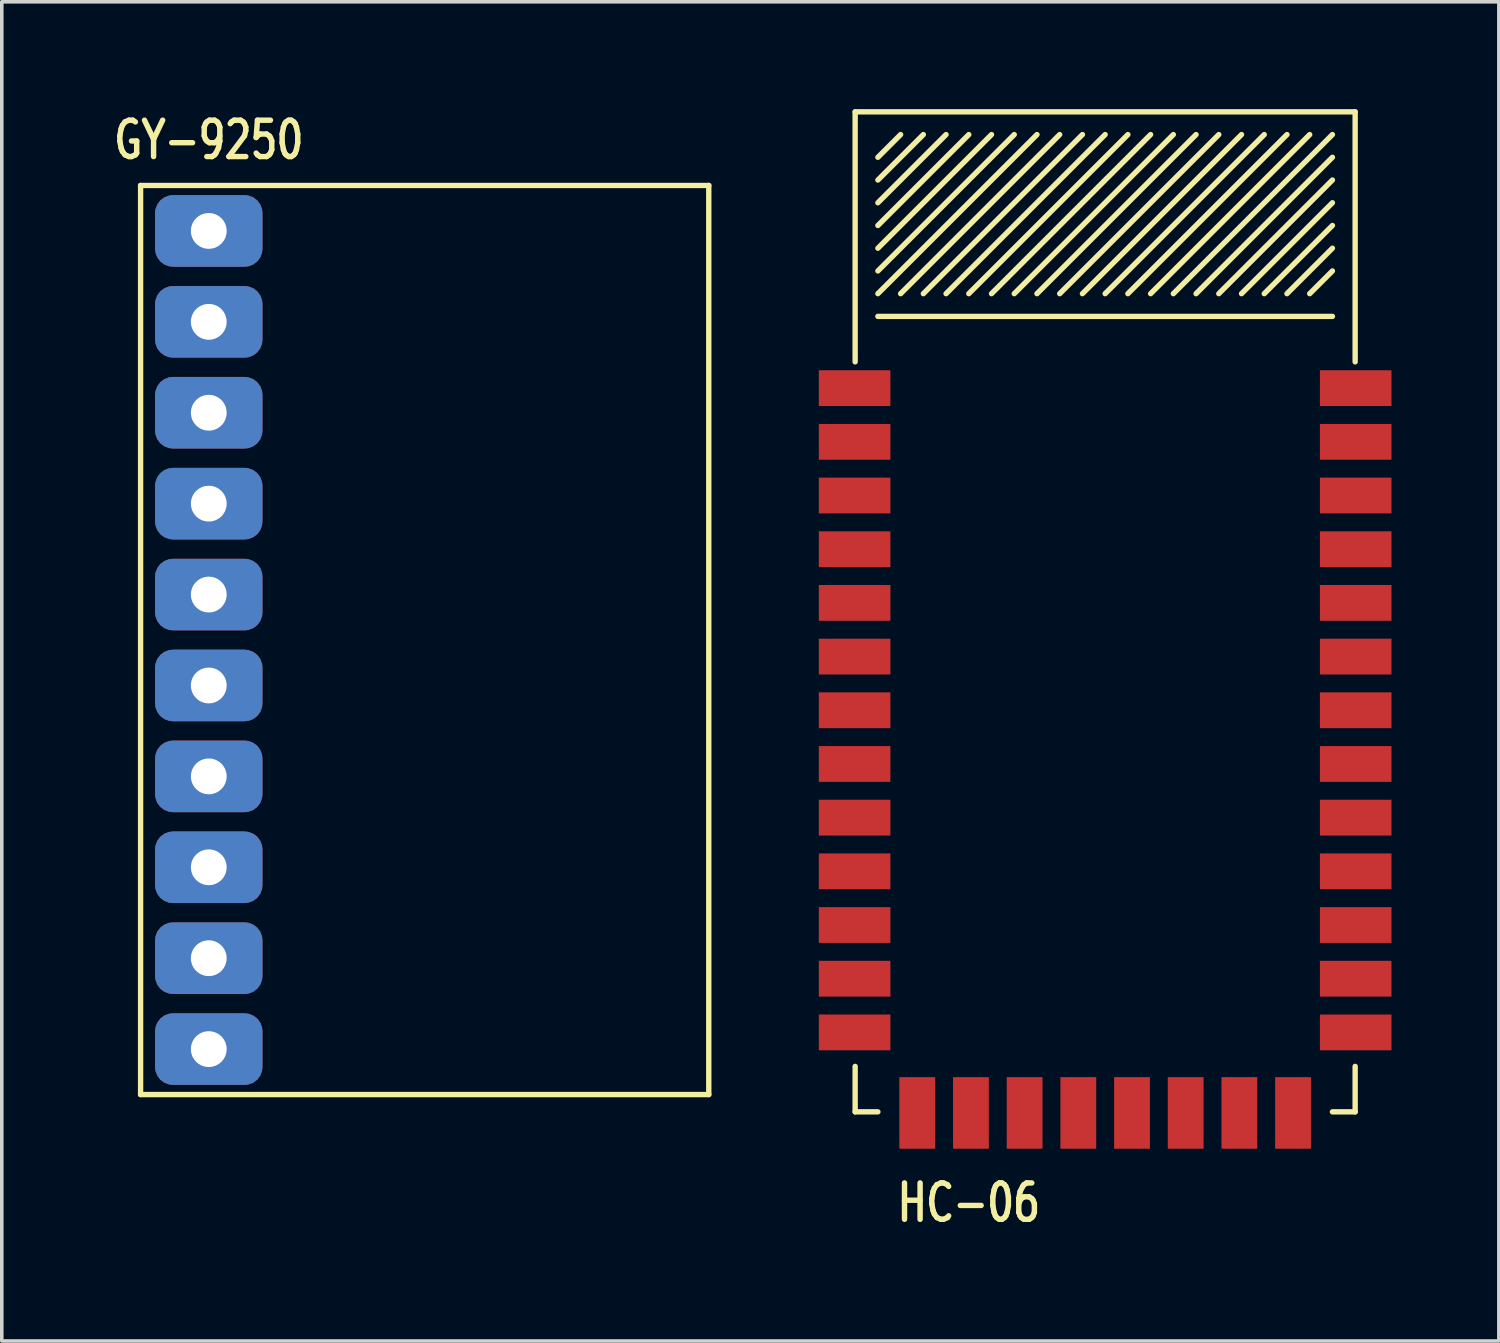
<source format=kicad_pcb>
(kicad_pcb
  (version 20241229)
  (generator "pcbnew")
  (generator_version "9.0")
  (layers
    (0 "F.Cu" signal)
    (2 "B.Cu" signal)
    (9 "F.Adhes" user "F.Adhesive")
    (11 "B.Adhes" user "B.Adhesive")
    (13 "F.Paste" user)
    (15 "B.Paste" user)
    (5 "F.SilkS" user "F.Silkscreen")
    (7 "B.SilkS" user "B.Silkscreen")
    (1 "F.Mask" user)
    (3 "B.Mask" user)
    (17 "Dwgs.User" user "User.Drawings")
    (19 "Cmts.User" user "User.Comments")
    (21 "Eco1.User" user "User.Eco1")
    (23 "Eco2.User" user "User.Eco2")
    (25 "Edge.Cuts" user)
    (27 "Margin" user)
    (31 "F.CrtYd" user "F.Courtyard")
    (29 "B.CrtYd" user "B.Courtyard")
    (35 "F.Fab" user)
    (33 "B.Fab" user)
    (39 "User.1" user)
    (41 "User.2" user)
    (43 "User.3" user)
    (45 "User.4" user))
  (footprint "GY-9250"
    (layer "F.Cu")
    (at 2.783 14.832)
    (property "Reference" "GY-9250" (at 0 -13.97 0) (layer "F.SilkS") (effects (font (size 1.016 0.762) (thickness 0.152))))
    (attr through_hole)
    (fp_line (start -1.905 -12.7) (end 13.97 -12.7) (stroke (width 0.15) (type solid)) (layer "F.SilkS"))
    (fp_line (start -1.905 12.7) (end -1.905 -12.7) (stroke (width 0.15) (type solid)) (layer "F.SilkS"))
    (fp_line (start 13.97 -12.7) (end 13.97 12.7) (stroke (width 0.15) (type solid)) (layer "F.SilkS"))
    (fp_line (start 13.97 12.7) (end -1.905 12.7) (stroke (width 0.15) (type solid)) (layer "F.SilkS"))
    (pad "1" thru_hole roundrect (at 0 -11.43) (size 3 2) (drill 1) (layers "*.Cu" "*.Mask") (roundrect_rratio 0.25))
    (pad "2" thru_hole roundrect (at 0 -8.89) (size 3 2) (drill 1) (layers "*.Cu" "*.Mask") (roundrect_rratio 0.25))
    (pad "3" thru_hole roundrect (at 0 -6.35) (size 3 2) (drill 1) (layers "*.Cu" "*.Mask") (roundrect_rratio 0.25))
    (pad "4" thru_hole roundrect (at 0 -3.81) (size 3 2) (drill 1) (layers "*.Cu" "*.Mask") (roundrect_rratio 0.25))
    (pad "5" thru_hole roundrect (at 0 -1.27) (size 3 2) (drill 1) (layers "*.Cu" "*.Mask") (roundrect_rratio 0.25))
    (pad "6" thru_hole roundrect (at 0 1.27) (size 3 2) (drill 1) (layers "*.Cu" "*.Mask") (roundrect_rratio 0.25))
    (pad "7" thru_hole roundrect (at 0 3.81) (size 3 2) (drill 1) (layers "*.Cu" "*.Mask") (roundrect_rratio 0.25))
    (pad "8" thru_hole roundrect (at 0 6.35) (size 3 2) (drill 1) (layers "*.Cu" "*.Mask") (roundrect_rratio 0.25))
    (pad "9" thru_hole roundrect (at 0 8.89) (size 3 2) (drill 1) (layers "*.Cu" "*.Mask") (roundrect_rratio 0.25))
    (pad "10" thru_hole roundrect (at 0 11.43) (size 3 2) (drill 1) (layers "*.Cu" "*.Mask") (roundrect_rratio 0.25)))
  (footprint "HC-06"
    (layer "F.Cu")
    (at 27.828 14.045)
    (property "Reference" "HC-06" (at -3.81 16.51 0) (layer "F.SilkS") (effects (font (size 1.016 0.762) (thickness 0.152))))
    (attr through_hole)
    (fp_line (start -6.985 -13.97) (end 6.985 -13.97) (stroke (width 0.15) (type solid)) (layer "F.SilkS"))
    (fp_line (start -6.985 -6.985) (end -6.985 -13.97) (stroke (width 0.15) (type solid)) (layer "F.SilkS"))
    (fp_line (start -6.985 12.7) (end -6.985 13.97) (stroke (width 0.15) (type solid)) (layer "F.SilkS"))
    (fp_line (start -6.985 13.97) (end -6.35 13.97) (stroke (width 0.15) (type solid)) (layer "F.SilkS"))
    (fp_line (start -6.35 -8.255) (end 6.35 -8.255) (stroke (width 0.15) (type solid)) (layer "F.SilkS"))
    (fp_line (start -5.715 -13.335) (end -6.35 -12.7) (stroke (width 0.15) (type solid)) (layer "F.SilkS"))
    (fp_line (start -5.08 -13.335) (end -6.35 -12.065) (stroke (width 0.15) (type solid)) (layer "F.SilkS"))
    (fp_line (start -4.445 -13.335) (end -6.35 -11.43) (stroke (width 0.15) (type solid)) (layer "F.SilkS"))
    (fp_line (start -3.81 -13.335) (end -6.35 -10.795) (stroke (width 0.15) (type solid)) (layer "F.SilkS"))
    (fp_line (start -3.175 -13.335) (end -6.35 -10.16) (stroke (width 0.15) (type solid)) (layer "F.SilkS"))
    (fp_line (start -2.54 -13.335) (end -6.35 -9.525) (stroke (width 0.15) (type solid)) (layer "F.SilkS"))
    (fp_line (start -1.905 -13.335) (end -6.35 -8.89) (stroke (width 0.15) (type solid)) (layer "F.SilkS"))
    (fp_line (start -1.27 -13.335) (end -5.715 -8.89) (stroke (width 0.15) (type solid)) (layer "F.SilkS"))
    (fp_line (start -0.635 -13.335) (end -5.08 -8.89) (stroke (width 0.15) (type solid)) (layer "F.SilkS"))
    (fp_line (start 0 -13.335) (end -4.445 -8.89) (stroke (width 0.15) (type solid)) (layer "F.SilkS"))
    (fp_line (start 0.635 -13.335) (end -3.81 -8.89) (stroke (width 0.15) (type solid)) (layer "F.SilkS"))
    (fp_line (start 1.27 -13.335) (end -3.175 -8.89) (stroke (width 0.15) (type solid)) (layer "F.SilkS"))
    (fp_line (start 1.905 -13.335) (end -2.54 -8.89) (stroke (width 0.15) (type solid)) (layer "F.SilkS"))
    (fp_line (start 2.54 -13.335) (end -1.905 -8.89) (stroke (width 0.15) (type solid)) (layer "F.SilkS"))
    (fp_line (start 3.175 -13.335) (end -1.27 -8.89) (stroke (width 0.15) (type solid)) (layer "F.SilkS"))
    (fp_line (start 3.81 -13.335) (end -0.635 -8.89) (stroke (width 0.15) (type solid)) (layer "F.SilkS"))
    (fp_line (start 4.445 -13.335) (end 0 -8.89) (stroke (width 0.15) (type solid)) (layer "F.SilkS"))
    (fp_line (start 4.445 -8.89) (end 6.35 -10.795) (stroke (width 0.15) (type solid)) (layer "F.SilkS"))
    (fp_line (start 5.08 -13.335) (end 0.635 -8.89) (stroke (width 0.15) (type solid)) (layer "F.SilkS"))
    (fp_line (start 5.715 -13.335) (end 1.27 -8.89) (stroke (width 0.15) (type solid)) (layer "F.SilkS"))
    (fp_line (start 6.35 -13.335) (end 1.905 -8.89) (stroke (width 0.15) (type solid)) (layer "F.SilkS"))
    (fp_line (start 6.35 -12.7) (end 2.54 -8.89) (stroke (width 0.15) (type solid)) (layer "F.SilkS"))
    (fp_line (start 6.35 -12.065) (end 3.175 -8.89) (stroke (width 0.15) (type solid)) (layer "F.SilkS"))
    (fp_line (start 6.35 -11.43) (end 3.81 -8.89) (stroke (width 0.15) (type solid)) (layer "F.SilkS"))
    (fp_line (start 6.35 -10.16) (end 5.08 -8.89) (stroke (width 0.15) (type solid)) (layer "F.SilkS"))
    (fp_line (start 6.35 -9.525) (end 5.715 -8.89) (stroke (width 0.15) (type solid)) (layer "F.SilkS"))
    (fp_line (start 6.985 -13.97) (end 6.985 -6.985) (stroke (width 0.15) (type solid)) (layer "F.SilkS"))
    (fp_line (start 6.985 12.7) (end 6.985 13.97) (stroke (width 0.15) (type solid)) (layer "F.SilkS"))
    (fp_line (start 6.985 13.97) (end 6.35 13.97) (stroke (width 0.15) (type solid)) (layer "F.SilkS"))
    (fp_line (start -6.5 -13.5) (end -6.5 13.5) (stroke (width 0.15) (type solid)) (layer "Margin"))
    (fp_line (start -6.5 13.5) (end 6.5 13.5) (stroke (width 0.15) (type solid)) (layer "Margin"))
    (fp_line (start 6.5 -13.5) (end -6.5 -13.5) (stroke (width 0.15) (type solid)) (layer "Margin"))
    (fp_line (start 6.5 13.5) (end 6.5 -13.5) (stroke (width 0.15) (type solid)) (layer "Margin"))
    (pad "1" smd rect (at -7 -6.25) (size 2 1) (layers "F.Cu" "F.Mask" "F.Paste"))
    (pad "2" smd rect (at -7 -4.75) (size 2 1) (layers "F.Cu" "F.Mask" "F.Paste"))
    (pad "3" smd rect (at -7 -3.25) (size 2 1) (layers "F.Cu" "F.Mask" "F.Paste"))
    (pad "4" smd rect (at -7 -1.75) (size 2 1) (layers "F.Cu" "F.Mask" "F.Paste"))
    (pad "5" smd rect (at -7 -0.25) (size 2 1) (layers "F.Cu" "F.Mask" "F.Paste"))
    (pad "6" smd rect (at -7 1.25) (size 2 1) (layers "F.Cu" "F.Mask" "F.Paste"))
    (pad "7" smd rect (at -7 2.75) (size 2 1) (layers "F.Cu" "F.Mask" "F.Paste"))
    (pad "8" smd rect (at -7 4.25) (size 2 1) (layers "F.Cu" "F.Mask" "F.Paste"))
    (pad "9" smd rect (at -7 5.75) (size 2 1) (layers "F.Cu" "F.Mask" "F.Paste"))
    (pad "10" smd rect (at -7 7.25) (size 2 1) (layers "F.Cu" "F.Mask" "F.Paste"))
    (pad "11" smd rect (at -7 8.75) (size 2 1) (layers "F.Cu" "F.Mask" "F.Paste"))
    (pad "12" smd rect (at -7 10.25) (size 2 1) (layers "F.Cu" "F.Mask" "F.Paste"))
    (pad "13" smd rect (at -7 11.75) (size 2 1) (layers "F.Cu" "F.Mask" "F.Paste"))
    (pad "14" smd rect (at -5.25 14 90) (size 2 1) (layers "F.Cu" "F.Mask" "F.Paste"))
    (pad "15" smd rect (at -3.75 14 90) (size 2 1) (layers "F.Cu" "F.Mask" "F.Paste"))
    (pad "16" smd rect (at -2.25 14 90) (size 2 1) (layers "F.Cu" "F.Mask" "F.Paste"))
    (pad "17" smd rect (at -0.75 14 90) (size 2 1) (layers "F.Cu" "F.Mask" "F.Paste"))
    (pad "18" smd rect (at 0.75 14 90) (size 2 1) (layers "F.Cu" "F.Mask" "F.Paste"))
    (pad "19" smd rect (at 2.25 14 90) (size 2 1) (layers "F.Cu" "F.Mask" "F.Paste"))
    (pad "20" smd rect (at 3.75 14 90) (size 2 1) (layers "F.Cu" "F.Mask" "F.Paste"))
    (pad "21" smd rect (at 5.25 14 90) (size 2 1) (layers "F.Cu" "F.Mask" "F.Paste"))
    (pad "22" smd rect (at 7 11.75) (size 2 1) (layers "F.Cu" "F.Mask" "F.Paste"))
    (pad "23" smd rect (at 7 10.25) (size 2 1) (layers "F.Cu" "F.Mask" "F.Paste"))
    (pad "24" smd rect (at 7 8.75) (size 2 1) (layers "F.Cu" "F.Mask" "F.Paste"))
    (pad "25" smd rect (at 7 7.25) (size 2 1) (layers "F.Cu" "F.Mask" "F.Paste"))
    (pad "26" smd rect (at 7 5.75) (size 2 1) (layers "F.Cu" "F.Mask" "F.Paste"))
    (pad "27" smd rect (at 7 4.25) (size 2 1) (layers "F.Cu" "F.Mask" "F.Paste"))
    (pad "28" smd rect (at 7 2.75) (size 2 1) (layers "F.Cu" "F.Mask" "F.Paste"))
    (pad "29" smd rect (at 7 1.25) (size 2 1) (layers "F.Cu" "F.Mask" "F.Paste"))
    (pad "30" smd rect (at 7 -0.25) (size 2 1) (layers "F.Cu" "F.Mask" "F.Paste"))
    (pad "31" smd rect (at 7 -1.75) (size 2 1) (layers "F.Cu" "F.Mask" "F.Paste"))
    (pad "32" smd rect (at 7 -3.25) (size 2 1) (layers "F.Cu" "F.Mask" "F.Paste"))
    (pad "33" smd rect (at 7 -4.75) (size 2 1) (layers "F.Cu" "F.Mask" "F.Paste"))
    (pad "34" smd rect (at 7 -6.25) (size 2 1) (layers "F.Cu" "F.Mask" "F.Paste")))
  (gr_rect
    (start -3 -3)
    (end 38.828 34.417)
    (stroke (width 0.1) (type default))
    (fill no)
    (layer "Edge.Cuts")))
</source>
